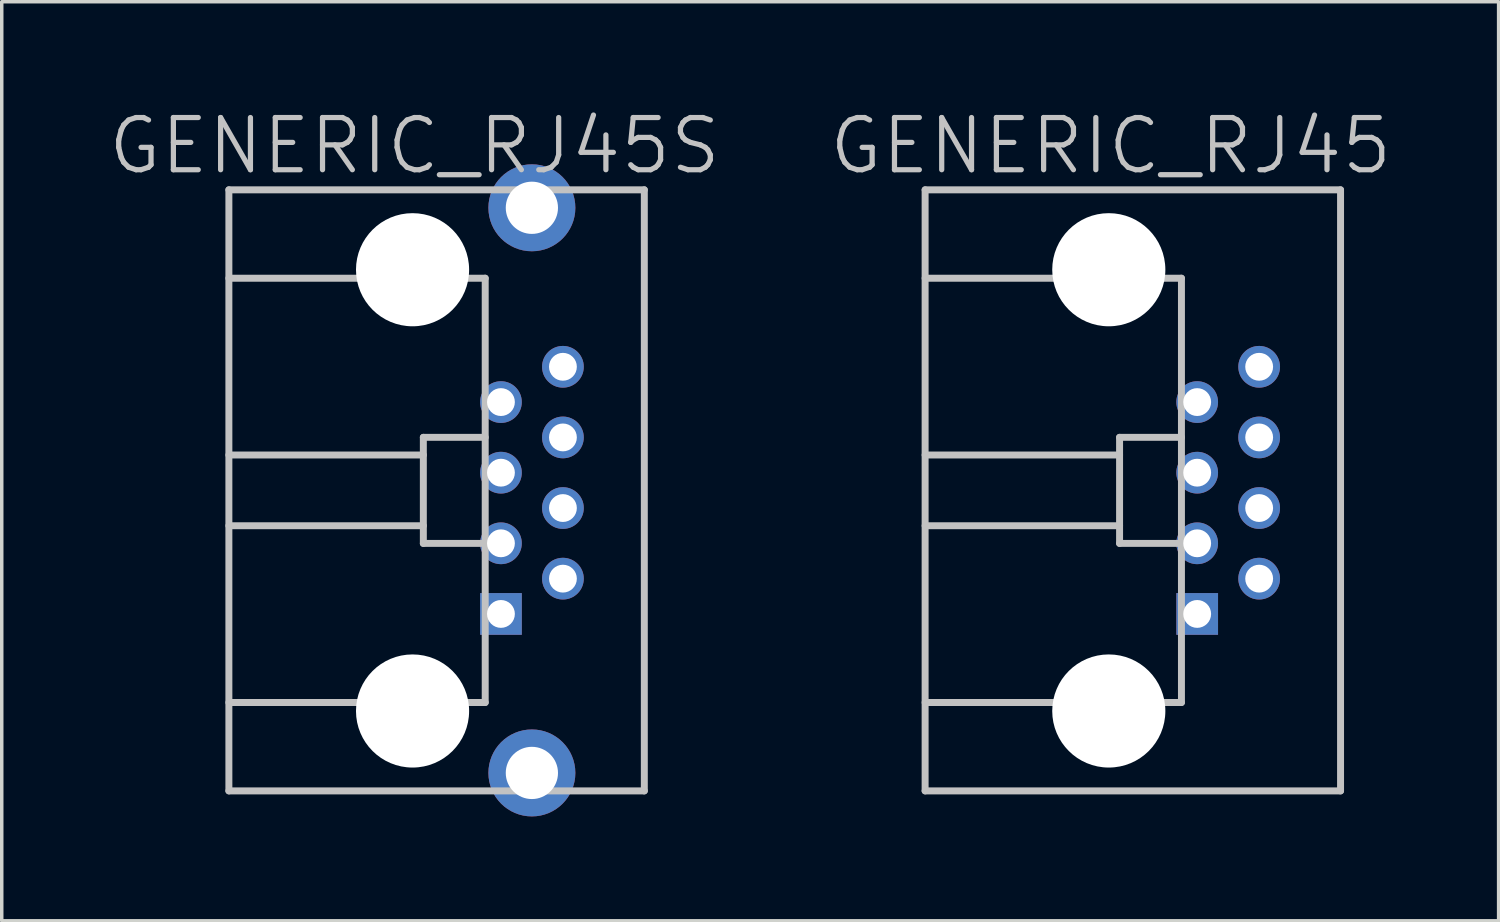
<source format=kicad_pcb>
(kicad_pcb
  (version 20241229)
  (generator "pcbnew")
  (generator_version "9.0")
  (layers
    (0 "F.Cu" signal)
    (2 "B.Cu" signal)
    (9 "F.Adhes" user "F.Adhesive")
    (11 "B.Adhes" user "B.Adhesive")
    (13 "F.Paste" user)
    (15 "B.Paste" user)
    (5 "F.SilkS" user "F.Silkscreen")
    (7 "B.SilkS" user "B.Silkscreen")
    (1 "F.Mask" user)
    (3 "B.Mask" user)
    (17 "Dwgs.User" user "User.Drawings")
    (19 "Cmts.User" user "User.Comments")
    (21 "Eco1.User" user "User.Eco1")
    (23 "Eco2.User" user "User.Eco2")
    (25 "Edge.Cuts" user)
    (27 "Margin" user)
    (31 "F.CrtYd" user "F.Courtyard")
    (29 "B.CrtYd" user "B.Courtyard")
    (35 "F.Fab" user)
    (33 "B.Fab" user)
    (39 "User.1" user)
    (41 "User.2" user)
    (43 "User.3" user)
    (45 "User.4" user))
  (footprint "GENERIC_RJ45"
    (layer "F.Cu")
    (at 28.868 11.041)
    (property "Reference" "GENERIC_RJ45" (at 0 -9.9 180) (layer "Dwgs.User") (effects (font (size 1.5 1.5) (thickness 0.15))))
    (attr through_hole)
    (fp_line (start -5.334 -6.096) (end 2.032 -6.096) (stroke (width 0.2) (type solid)) (layer "Dwgs.User"))
    (fp_line (start -5.334 -1.016) (end 0.254 -1.016) (stroke (width 0.2) (type solid)) (layer "Dwgs.User"))
    (fp_line (start -5.334 8.636) (end -5.334 -8.636) (stroke (width 0.2) (type solid)) (layer "Dwgs.User"))
    (fp_line (start -5.334 8.636) (end 6.604 8.636) (stroke (width 0.2) (type solid)) (layer "Dwgs.User"))
    (fp_line (start 0.254 -1.524) (end 2.032 -1.524) (stroke (width 0.2) (type solid)) (layer "Dwgs.User"))
    (fp_line (start 0.254 1.016) (end -5.334 1.016) (stroke (width 0.2) (type solid)) (layer "Dwgs.User"))
    (fp_line (start 0.254 1.524) (end 0.254 -1.524) (stroke (width 0.2) (type solid)) (layer "Dwgs.User"))
    (fp_line (start 2.032 -6.096) (end 2.032 6.096) (stroke (width 0.2) (type solid)) (layer "Dwgs.User"))
    (fp_line (start 2.032 1.524) (end 0.254 1.524) (stroke (width 0.2) (type solid)) (layer "Dwgs.User"))
    (fp_line (start 2.032 6.096) (end -5.334 6.096) (stroke (width 0.2) (type solid)) (layer "Dwgs.User"))
    (fp_line (start 6.604 -8.636) (end -5.334 -8.636) (stroke (width 0.2) (type solid)) (layer "Dwgs.User"))
    (fp_line (start 6.604 -8.636) (end 6.604 8.636) (stroke (width 0.2) (type solid)) (layer "Dwgs.User"))
    (pad "" np_thru_hole circle (at -0.056 -6.34 270) (size 3.251 3.251) (drill 3.251) (layers "*.Cu" "*.Mask"))
    (pad "" np_thru_hole circle (at -0.056 6.34 270) (size 3.251 3.251) (drill 3.251) (layers "*.Cu" "*.Mask"))
    (pad "1" thru_hole rect (at 2.484 3.551) (size 1.199 1.199) (drill 0.8) (layers "*.Cu"))
    (pad "2" thru_hole circle (at 4.265 2.537 270) (size 1.199 1.199) (drill 0.8) (layers "*.Cu"))
    (pad "3" thru_hole circle (at 2.484 1.521 270) (size 1.199 1.199) (drill 0.8) (layers "*.Cu"))
    (pad "4" thru_hole circle (at 4.265 0.508 270) (size 1.199 1.199) (drill 0.8) (layers "*.Cu"))
    (pad "5" thru_hole circle (at 2.484 -0.508 270) (size 1.199 1.199) (drill 0.8) (layers "*.Cu"))
    (pad "6" thru_hole circle (at 4.265 -1.521 270) (size 1.199 1.199) (drill 0.8) (layers "*.Cu"))
    (pad "7" thru_hole circle (at 2.484 -2.537 270) (size 1.199 1.199) (drill 0.8) (layers "*.Cu"))
    (pad "8" thru_hole circle (at 4.265 -3.551 270) (size 1.199 1.199) (drill 0.8) (layers "*.Cu")))
  (footprint "GENERIC_RJ45S"
    (layer "F.Cu")
    (at 8.861 11.041)
    (property "Reference" "GENERIC_RJ45S" (at 0 -9.9 180) (layer "Dwgs.User") (effects (font (size 1.5 1.5) (thickness 0.15))))
    (attr through_hole)
    (fp_line (start -5.334 -6.096) (end 2.032 -6.096) (stroke (width 0.2) (type solid)) (layer "Dwgs.User"))
    (fp_line (start -5.334 -1.016) (end 0.254 -1.016) (stroke (width 0.2) (type solid)) (layer "Dwgs.User"))
    (fp_line (start -5.334 8.636) (end -5.334 -8.636) (stroke (width 0.2) (type solid)) (layer "Dwgs.User"))
    (fp_line (start -5.334 8.636) (end 6.604 8.636) (stroke (width 0.2) (type solid)) (layer "Dwgs.User"))
    (fp_line (start 0.254 -1.524) (end 2.032 -1.524) (stroke (width 0.2) (type solid)) (layer "Dwgs.User"))
    (fp_line (start 0.254 1.016) (end -5.334 1.016) (stroke (width 0.2) (type solid)) (layer "Dwgs.User"))
    (fp_line (start 0.254 1.524) (end 0.254 -1.524) (stroke (width 0.2) (type solid)) (layer "Dwgs.User"))
    (fp_line (start 2.032 -6.096) (end 2.032 6.096) (stroke (width 0.2) (type solid)) (layer "Dwgs.User"))
    (fp_line (start 2.032 1.524) (end 0.254 1.524) (stroke (width 0.2) (type solid)) (layer "Dwgs.User"))
    (fp_line (start 2.032 6.096) (end -5.334 6.096) (stroke (width 0.2) (type solid)) (layer "Dwgs.User"))
    (fp_line (start 6.604 -8.636) (end -5.334 -8.636) (stroke (width 0.2) (type solid)) (layer "Dwgs.User"))
    (fp_line (start 6.604 -8.636) (end 6.604 8.636) (stroke (width 0.2) (type solid)) (layer "Dwgs.User"))
    (pad "" np_thru_hole circle (at -0.056 -6.34 270) (size 3.251 3.251) (drill 3.251) (layers "*.Cu" "*.Mask"))
    (pad "" np_thru_hole circle (at -0.056 6.34 270) (size 3.251 3.251) (drill 3.251) (layers "*.Cu" "*.Mask"))
    (pad "" thru_hole circle (at 3.373 -8.12 270) (size 2.499 2.499) (drill 1.501) (layers "*.Cu"))
    (pad "" thru_hole circle (at 3.373 8.12 270) (size 2.499 2.499) (drill 1.501) (layers "*.Cu"))
    (pad "1" thru_hole rect (at 2.484 3.551) (size 1.199 1.199) (drill 0.8) (layers "*.Cu"))
    (pad "2" thru_hole circle (at 4.265 2.537 270) (size 1.199 1.199) (drill 0.8) (layers "*.Cu"))
    (pad "3" thru_hole circle (at 2.484 1.521 270) (size 1.199 1.199) (drill 0.8) (layers "*.Cu"))
    (pad "4" thru_hole circle (at 4.265 0.508 270) (size 1.199 1.199) (drill 0.8) (layers "*.Cu"))
    (pad "5" thru_hole circle (at 2.484 -0.508 270) (size 1.199 1.199) (drill 0.8) (layers "*.Cu"))
    (pad "6" thru_hole circle (at 4.265 -1.521 270) (size 1.199 1.199) (drill 0.8) (layers "*.Cu"))
    (pad "7" thru_hole circle (at 2.484 -2.537 270) (size 1.199 1.199) (drill 0.8) (layers "*.Cu"))
    (pad "8" thru_hole circle (at 4.265 -3.551 270) (size 1.199 1.199) (drill 0.8) (layers "*.Cu")))
  (gr_rect
    (start -3 -3)
    (end 40.014 23.411)
    (stroke (width 0.1) (type default))
    (fill no)
    (layer "Edge.Cuts")))
</source>
